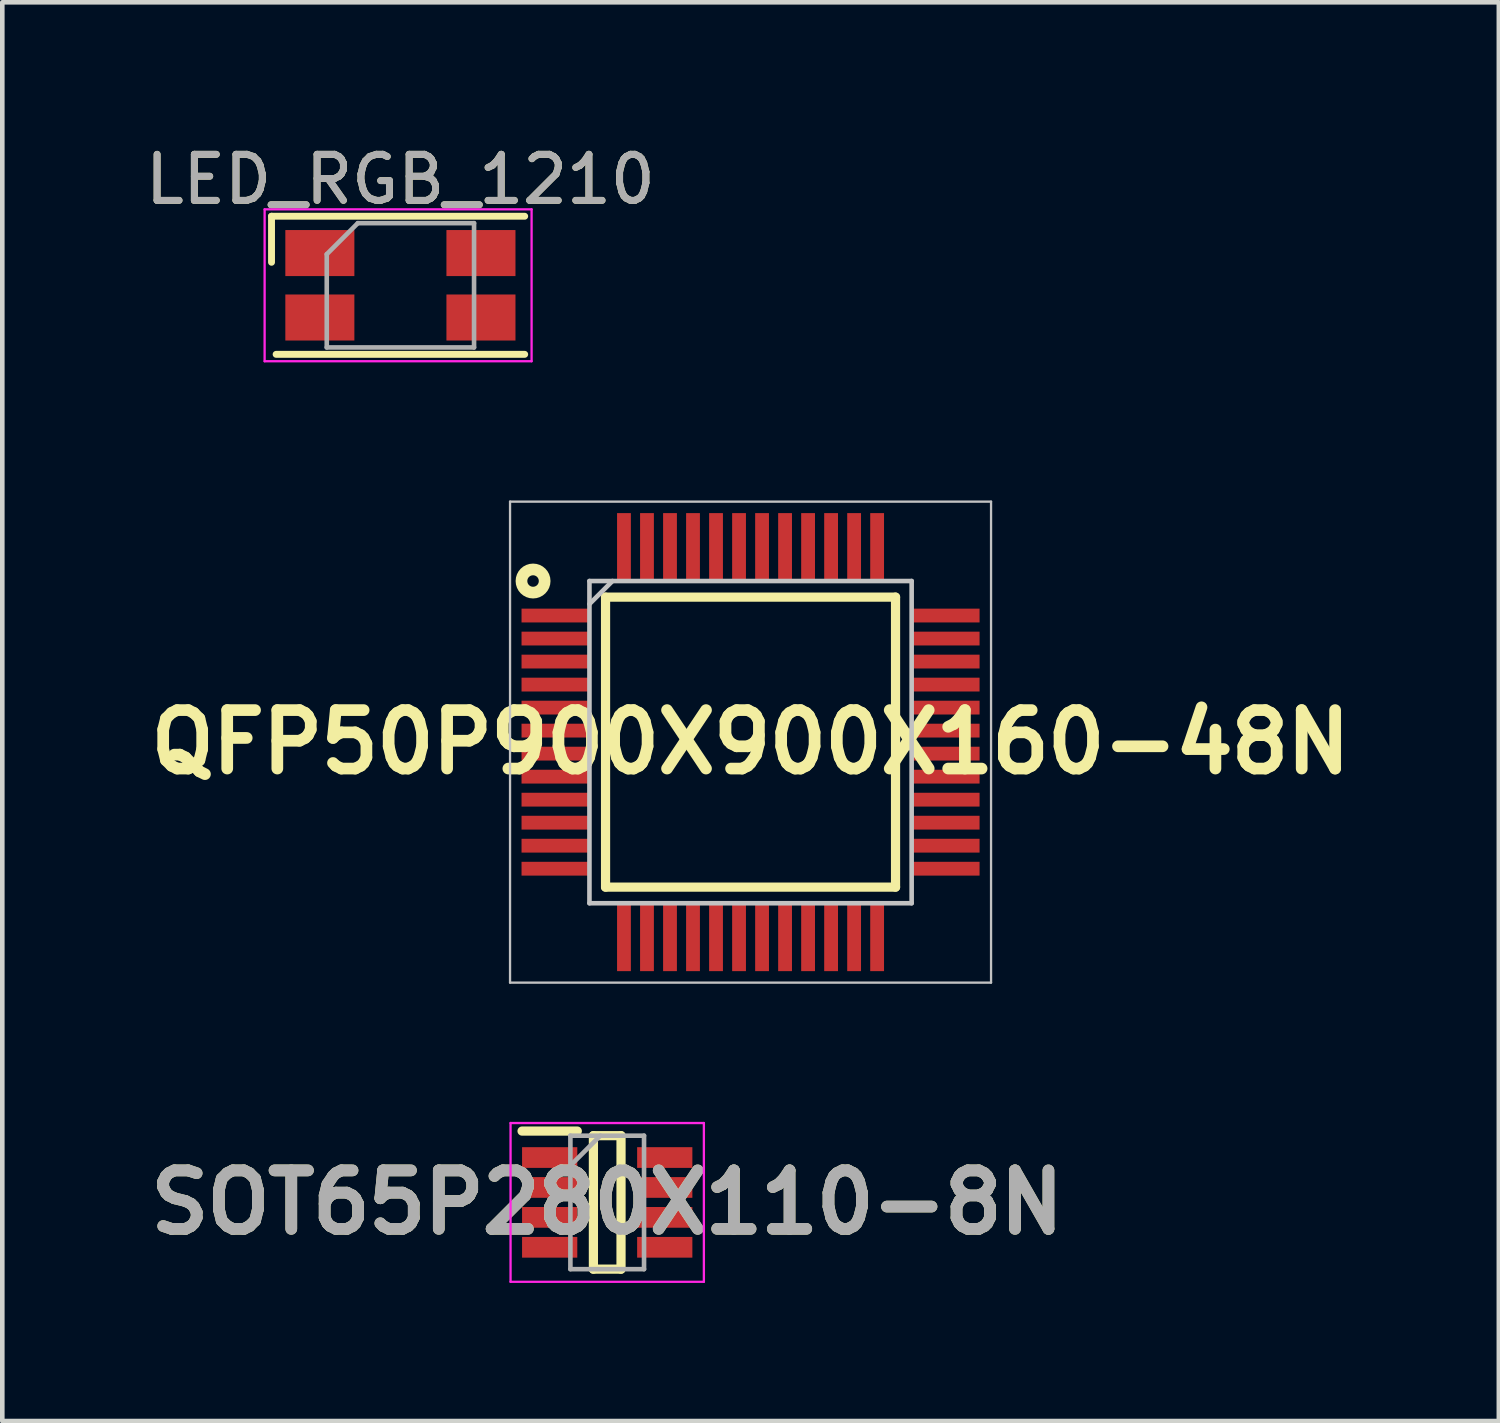
<source format=kicad_pcb>
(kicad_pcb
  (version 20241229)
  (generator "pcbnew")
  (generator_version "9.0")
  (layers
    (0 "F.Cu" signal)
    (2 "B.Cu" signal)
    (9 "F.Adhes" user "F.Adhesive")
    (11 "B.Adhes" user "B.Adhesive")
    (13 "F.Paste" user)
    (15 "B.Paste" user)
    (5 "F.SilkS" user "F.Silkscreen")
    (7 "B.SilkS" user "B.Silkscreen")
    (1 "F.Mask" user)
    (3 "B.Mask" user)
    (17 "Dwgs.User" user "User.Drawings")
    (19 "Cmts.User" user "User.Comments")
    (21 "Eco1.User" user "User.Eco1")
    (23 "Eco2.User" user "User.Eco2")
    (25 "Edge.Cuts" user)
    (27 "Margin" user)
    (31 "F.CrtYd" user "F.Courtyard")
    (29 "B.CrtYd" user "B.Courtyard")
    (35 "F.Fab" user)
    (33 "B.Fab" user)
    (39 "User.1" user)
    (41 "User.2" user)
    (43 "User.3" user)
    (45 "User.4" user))
  (footprint "QFP50P900X900X160-48N"
    (layer "F.Cu")
    (at 13.256 13.073)
    (property "Reference" "QFP50P900X900X160-48N" (at 0 0 0) (layer "F.SilkS") (effects (font (size 1.27 1.27) (thickness 0.254))))
    (attr smd)
    (fp_line (start -3.15 -3.15) (end 3.15 -3.15) (stroke (width 0.2) (type solid)) (layer "F.SilkS"))
    (fp_line (start -3.15 3.15) (end -3.15 -3.15) (stroke (width 0.2) (type solid)) (layer "F.SilkS"))
    (fp_line (start 3.15 -3.15) (end 3.15 3.15) (stroke (width 0.2) (type solid)) (layer "F.SilkS"))
    (fp_line (start 3.15 3.15) (end -3.15 3.15) (stroke (width 0.2) (type solid)) (layer "F.SilkS"))
    (fp_circle (center -4.725 -3.5) (end -4.85 -3.5) (stroke (width 0.254) (type solid)) (fill no) (layer "F.SilkS"))
    (fp_line (start -5.225 -5.225) (end 5.225 -5.225) (stroke (width 0.05) (type solid)) (layer "Dwgs.User"))
    (fp_line (start -5.225 5.225) (end -5.225 -5.225) (stroke (width 0.05) (type solid)) (layer "Dwgs.User"))
    (fp_line (start -3.5 -3.5) (end 3.5 -3.5) (stroke (width 0.1) (type solid)) (layer "Dwgs.User"))
    (fp_line (start -3.5 -3) (end -3 -3.5) (stroke (width 0.1) (type solid)) (layer "Dwgs.User"))
    (fp_line (start -3.5 3.5) (end -3.5 -3.5) (stroke (width 0.1) (type solid)) (layer "Dwgs.User"))
    (fp_line (start 3.5 -3.5) (end 3.5 3.5) (stroke (width 0.1) (type solid)) (layer "Dwgs.User"))
    (fp_line (start 3.5 3.5) (end -3.5 3.5) (stroke (width 0.1) (type solid)) (layer "Dwgs.User"))
    (fp_line (start 5.225 -5.225) (end 5.225 5.225) (stroke (width 0.05) (type solid)) (layer "Dwgs.User"))
    (fp_line (start 5.225 5.225) (end -5.225 5.225) (stroke (width 0.05) (type solid)) (layer "Dwgs.User"))
    (pad "1" smd rect (at -4.238 -2.75 90) (size 0.3 1.475) (layers "F.Cu" "F.Mask" "F.Paste"))
    (pad "2" smd rect (at -4.238 -2.25 90) (size 0.3 1.475) (layers "F.Cu" "F.Mask" "F.Paste"))
    (pad "3" smd rect (at -4.238 -1.75 90) (size 0.3 1.475) (layers "F.Cu" "F.Mask" "F.Paste"))
    (pad "4" smd rect (at -4.238 -1.25 90) (size 0.3 1.475) (layers "F.Cu" "F.Mask" "F.Paste"))
    (pad "5" smd rect (at -4.238 -0.75 90) (size 0.3 1.475) (layers "F.Cu" "F.Mask" "F.Paste"))
    (pad "6" smd rect (at -4.238 -0.25 90) (size 0.3 1.475) (layers "F.Cu" "F.Mask" "F.Paste"))
    (pad "7" smd rect (at -4.238 0.25 90) (size 0.3 1.475) (layers "F.Cu" "F.Mask" "F.Paste"))
    (pad "8" smd rect (at -4.238 0.75 90) (size 0.3 1.475) (layers "F.Cu" "F.Mask" "F.Paste"))
    (pad "9" smd rect (at -4.238 1.25 90) (size 0.3 1.475) (layers "F.Cu" "F.Mask" "F.Paste"))
    (pad "10" smd rect (at -4.238 1.75 90) (size 0.3 1.475) (layers "F.Cu" "F.Mask" "F.Paste"))
    (pad "11" smd rect (at -4.238 2.25 90) (size 0.3 1.475) (layers "F.Cu" "F.Mask" "F.Paste"))
    (pad "12" smd rect (at -4.238 2.75 90) (size 0.3 1.475) (layers "F.Cu" "F.Mask" "F.Paste"))
    (pad "13" smd rect (at -2.75 4.238) (size 0.3 1.475) (layers "F.Cu" "F.Mask" "F.Paste"))
    (pad "14" smd rect (at -2.25 4.238) (size 0.3 1.475) (layers "F.Cu" "F.Mask" "F.Paste"))
    (pad "15" smd rect (at -1.75 4.238) (size 0.3 1.475) (layers "F.Cu" "F.Mask" "F.Paste"))
    (pad "16" smd rect (at -1.25 4.238) (size 0.3 1.475) (layers "F.Cu" "F.Mask" "F.Paste"))
    (pad "17" smd rect (at -0.75 4.238) (size 0.3 1.475) (layers "F.Cu" "F.Mask" "F.Paste"))
    (pad "18" smd rect (at -0.25 4.238) (size 0.3 1.475) (layers "F.Cu" "F.Mask" "F.Paste"))
    (pad "19" smd rect (at 0.25 4.238) (size 0.3 1.475) (layers "F.Cu" "F.Mask" "F.Paste"))
    (pad "20" smd rect (at 0.75 4.238) (size 0.3 1.475) (layers "F.Cu" "F.Mask" "F.Paste"))
    (pad "21" smd rect (at 1.25 4.238) (size 0.3 1.475) (layers "F.Cu" "F.Mask" "F.Paste"))
    (pad "22" smd rect (at 1.75 4.238) (size 0.3 1.475) (layers "F.Cu" "F.Mask" "F.Paste"))
    (pad "23" smd rect (at 2.25 4.238) (size 0.3 1.475) (layers "F.Cu" "F.Mask" "F.Paste"))
    (pad "24" smd rect (at 2.75 4.238) (size 0.3 1.475) (layers "F.Cu" "F.Mask" "F.Paste"))
    (pad "25" smd rect (at 4.238 2.75 90) (size 0.3 1.475) (layers "F.Cu" "F.Mask" "F.Paste"))
    (pad "26" smd rect (at 4.238 2.25 90) (size 0.3 1.475) (layers "F.Cu" "F.Mask" "F.Paste"))
    (pad "27" smd rect (at 4.238 1.75 90) (size 0.3 1.475) (layers "F.Cu" "F.Mask" "F.Paste"))
    (pad "28" smd rect (at 4.238 1.25 90) (size 0.3 1.475) (layers "F.Cu" "F.Mask" "F.Paste"))
    (pad "29" smd rect (at 4.238 0.75 90) (size 0.3 1.475) (layers "F.Cu" "F.Mask" "F.Paste"))
    (pad "30" smd rect (at 4.238 0.25 90) (size 0.3 1.475) (layers "F.Cu" "F.Mask" "F.Paste"))
    (pad "31" smd rect (at 4.238 -0.25 90) (size 0.3 1.475) (layers "F.Cu" "F.Mask" "F.Paste"))
    (pad "32" smd rect (at 4.238 -0.75 90) (size 0.3 1.475) (layers "F.Cu" "F.Mask" "F.Paste"))
    (pad "33" smd rect (at 4.238 -1.25 90) (size 0.3 1.475) (layers "F.Cu" "F.Mask" "F.Paste"))
    (pad "34" smd rect (at 4.238 -1.75 90) (size 0.3 1.475) (layers "F.Cu" "F.Mask" "F.Paste"))
    (pad "35" smd rect (at 4.238 -2.25 90) (size 0.3 1.475) (layers "F.Cu" "F.Mask" "F.Paste"))
    (pad "36" smd rect (at 4.238 -2.75 90) (size 0.3 1.475) (layers "F.Cu" "F.Mask" "F.Paste"))
    (pad "37" smd rect (at 2.75 -4.238) (size 0.3 1.475) (layers "F.Cu" "F.Mask" "F.Paste"))
    (pad "38" smd rect (at 2.25 -4.238) (size 0.3 1.475) (layers "F.Cu" "F.Mask" "F.Paste"))
    (pad "39" smd rect (at 1.75 -4.238) (size 0.3 1.475) (layers "F.Cu" "F.Mask" "F.Paste"))
    (pad "40" smd rect (at 1.25 -4.238) (size 0.3 1.475) (layers "F.Cu" "F.Mask" "F.Paste"))
    (pad "41" smd rect (at 0.75 -4.238) (size 0.3 1.475) (layers "F.Cu" "F.Mask" "F.Paste"))
    (pad "42" smd rect (at 0.25 -4.238) (size 0.3 1.475) (layers "F.Cu" "F.Mask" "F.Paste"))
    (pad "43" smd rect (at -0.25 -4.238) (size 0.3 1.475) (layers "F.Cu" "F.Mask" "F.Paste"))
    (pad "44" smd rect (at -0.75 -4.238) (size 0.3 1.475) (layers "F.Cu" "F.Mask" "F.Paste"))
    (pad "45" smd rect (at -1.25 -4.238) (size 0.3 1.475) (layers "F.Cu" "F.Mask" "F.Paste"))
    (pad "46" smd rect (at -1.75 -4.238) (size 0.3 1.475) (layers "F.Cu" "F.Mask" "F.Paste"))
    (pad "47" smd rect (at -2.25 -4.238) (size 0.3 1.475) (layers "F.Cu" "F.Mask" "F.Paste"))
    (pad "48" smd rect (at -2.75 -4.238) (size 0.3 1.475) (layers "F.Cu" "F.Mask" "F.Paste")))
  (footprint "SOT65P280X110-8N"
    (layer "F.Cu")
    (at 10.142 23.073)
    (property "Reference" "SOT65P280X110-8N" (at 0 0 0) (layer "F.SilkS") (effects (font (size 1.27 1.27) (thickness 0.254))))
    (attr smd)
    (fp_line (start -1.85 -1.55) (end -0.65 -1.55) (stroke (width 0.2) (type solid)) (layer "F.SilkS"))
    (fp_line (start -0.3 -1.45) (end 0.3 -1.45) (stroke (width 0.2) (type solid)) (layer "F.SilkS"))
    (fp_line (start -0.3 1.45) (end -0.3 -1.45) (stroke (width 0.2) (type solid)) (layer "F.SilkS"))
    (fp_line (start 0.3 -1.45) (end 0.3 1.45) (stroke (width 0.2) (type solid)) (layer "F.SilkS"))
    (fp_line (start 0.3 1.45) (end -0.3 1.45) (stroke (width 0.2) (type solid)) (layer "F.SilkS"))
    (fp_line (start -2.1 -1.725) (end 2.1 -1.725) (stroke (width 0.05) (type solid)) (layer "F.CrtYd"))
    (fp_line (start -2.1 1.725) (end -2.1 -1.725) (stroke (width 0.05) (type solid)) (layer "F.CrtYd"))
    (fp_line (start 2.1 -1.725) (end 2.1 1.725) (stroke (width 0.05) (type solid)) (layer "F.CrtYd"))
    (fp_line (start 2.1 1.725) (end -2.1 1.725) (stroke (width 0.05) (type solid)) (layer "F.CrtYd"))
    (fp_line (start -0.8 -1.45) (end 0.8 -1.45) (stroke (width 0.1) (type solid)) (layer "F.Fab"))
    (fp_line (start -0.8 -0.8) (end -0.15 -1.45) (stroke (width 0.1) (type solid)) (layer "F.Fab"))
    (fp_line (start -0.8 1.45) (end -0.8 -1.45) (stroke (width 0.1) (type solid)) (layer "F.Fab"))
    (fp_line (start 0.8 -1.45) (end 0.8 1.45) (stroke (width 0.1) (type solid)) (layer "F.Fab"))
    (fp_line (start 0.8 1.45) (end -0.8 1.45) (stroke (width 0.1) (type solid)) (layer "F.Fab"))
    (fp_text user "${REFERENCE}" (at 0 0 0) (layer "F.Fab") (effects (font (size 1.27 1.27) (thickness 0.254))))
    (pad "1" smd rect (at -1.25 -0.975 90) (size 0.45 1.2) (layers "F.Cu" "F.Mask" "F.Paste"))
    (pad "2" smd rect (at -1.25 -0.325 90) (size 0.45 1.2) (layers "F.Cu" "F.Mask" "F.Paste"))
    (pad "3" smd rect (at -1.25 0.325 90) (size 0.45 1.2) (layers "F.Cu" "F.Mask" "F.Paste"))
    (pad "4" smd rect (at -1.25 0.975 90) (size 0.45 1.2) (layers "F.Cu" "F.Mask" "F.Paste"))
    (pad "5" smd rect (at 1.25 0.975 90) (size 0.45 1.2) (layers "F.Cu" "F.Mask" "F.Paste"))
    (pad "6" smd rect (at 1.25 0.325 90) (size 0.45 1.2) (layers "F.Cu" "F.Mask" "F.Paste"))
    (pad "7" smd rect (at 1.25 -0.325 90) (size 0.45 1.2) (layers "F.Cu" "F.Mask" "F.Paste"))
    (pad "8" smd rect (at 1.25 -0.975 90) (size 0.45 1.2) (layers "F.Cu" "F.Mask" "F.Paste")))
  (footprint "LED_RGB_1210"
    (layer "F.Cu")
    (at 5.649 3.148)
    (property "Reference" "LED_RGB_1210" (at 0 -2.3 0) (layer "F.SilkS") (effects (font (size 1 1) (thickness 0.15))))
    (attr smd)
    (fp_line (start -2.8 -0.5) (end -2.8 -1.5) (stroke (width 0.15) (type solid)) (layer "F.SilkS"))
    (fp_line (start 2.7 -1.5) (end -2.8 -1.5) (stroke (width 0.15) (type solid)) (layer "F.SilkS"))
    (fp_line (start 2.7 1.5) (end -2.7 1.5) (stroke (width 0.15) (type solid)) (layer "F.SilkS"))
    (fp_line (start -2.95 -1.65) (end -2.95 1.65) (stroke (width 0.05) (type solid)) (layer "F.CrtYd"))
    (fp_line (start -2.95 1.65) (end 2.85 1.65) (stroke (width 0.05) (type solid)) (layer "F.CrtYd"))
    (fp_line (start 2.85 -1.65) (end -2.95 -1.65) (stroke (width 0.05) (type solid)) (layer "F.CrtYd"))
    (fp_line (start 2.85 1.65) (end 2.85 -1.65) (stroke (width 0.05) (type solid)) (layer "F.CrtYd"))
    (fp_line (start -1.6 -0.675) (end -0.925 -1.35) (stroke (width 0.1) (type solid)) (layer "F.Fab"))
    (fp_line (start -1.6 1.35) (end -1.6 -0.675) (stroke (width 0.1) (type solid)) (layer "F.Fab"))
    (fp_line (start -0.925 -1.35) (end 1.6 -1.35) (stroke (width 0.1) (type solid)) (layer "F.Fab"))
    (fp_line (start 1.6 -1.35) (end 1.6 1.35) (stroke (width 0.1) (type solid)) (layer "F.Fab"))
    (fp_line (start 1.6 1.35) (end -1.6 1.35) (stroke (width 0.1) (type solid)) (layer "F.Fab"))
    (fp_text user "${REFERENCE}" (at 0 -2.3 0) (layer "F.Fab") (effects (font (size 1 1) (thickness 0.15))))
    (pad "1" smd rect (at -1.75 -0.7 180) (size 1.5 1) (layers "F.Cu" "F.Mask" "F.Paste"))
    (pad "2" smd rect (at -1.75 0.7 180) (size 1.5 1) (layers "F.Cu" "F.Mask" "F.Paste"))
    (pad "3" smd rect (at 1.75 0.7 180) (size 1.5 1) (layers "F.Cu" "F.Mask" "F.Paste"))
    (pad "4" smd rect (at 1.75 -0.7 180) (size 1.5 1) (layers "F.Cu" "F.Mask" "F.Paste")))
  (gr_rect
    (start -3 -3)
    (end 29.513 27.823)
    (stroke (width 0.1) (type default))
    (fill no)
    (layer "Edge.Cuts")))
</source>
